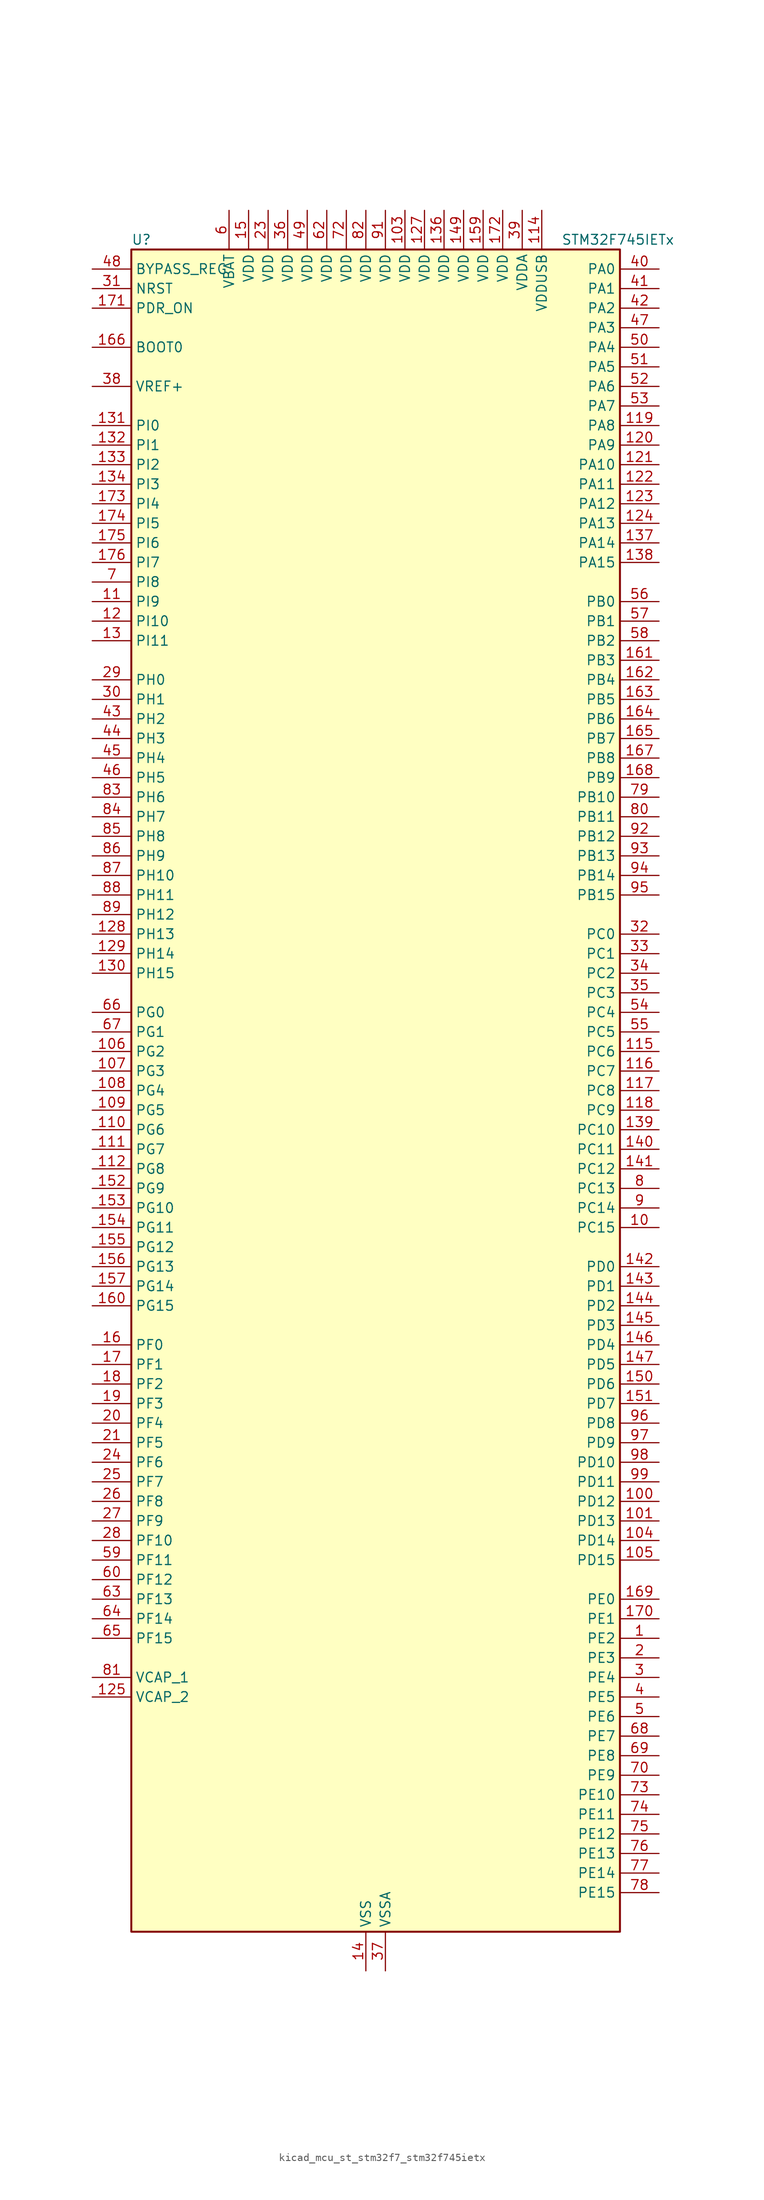
<source format=kicad_sym>
(kicad_symbol_lib
  (version 20220914)
  (generator kicad_symbol_editor)
  (symbol "kicad_mcu_st_stm32f7_stm32f745ietx"
    (property "Reference" "U"
      (at -30.48 110.49 0)
      (effects (font (size 1.27 1.27)) (justify left)))
    (property "Value" "STM32F745IETx"
      (at 25.4 110.49 0)
      (effects (font (size 1.27 1.27)) (justify left)))
    (property "ki_locked" ""
      (at 0 0 0)
      (effects (font (size 1.27 1.27))))
    (symbol "kicad_mcu_st_stm32f7_stm32f745ietx_0_1"
      (rectangle (start -30.48 -109.22) (end 33.02 109.22) (stroke (width 0.254) (type default)) (fill (type background))))
    (symbol "kicad_mcu_st_stm32f7_stm32f745ietx_1_1"
      (pin bidirectional line (at 38.1 -71.12 180) (length 5.08) (name "PE2" (effects (font (size 1.27 1.27)))) (number "1" (effects (font (size 1.27 1.27)))) (alternate "ETH_TXD3" bidirectional line) (alternate "FMC_A23" bidirectional line) (alternate "QUADSPI_BK1_IO2" bidirectional line) (alternate "SAI1_MCLK_A" bidirectional line) (alternate "SPI4_SCK" bidirectional line) (alternate "SYS_TRACECLK" bidirectional line))
      (pin bidirectional line (at 38.1 -17.78 180) (length 5.08) (name "PC15" (effects (font (size 1.27 1.27)))) (number "10" (effects (font (size 1.27 1.27)))) (alternate "RCC_OSC32_OUT" bidirectional line))
      (pin bidirectional line (at 38.1 -53.34 180) (length 5.08) (name "PD12" (effects (font (size 1.27 1.27)))) (number "100" (effects (font (size 1.27 1.27)))) (alternate "FMC_A17" bidirectional line) (alternate "FMC_ALE" bidirectional line) (alternate "I2C4_SCL" bidirectional line) (alternate "LPTIM1_IN1" bidirectional line) (alternate "QUADSPI_BK1_IO1" bidirectional line) (alternate "SAI2_FS_A" bidirectional line) (alternate "TIM4_CH1" bidirectional line) (alternate "USART3_DE" bidirectional line) (alternate "USART3_RTS" bidirectional line))
      (pin bidirectional line (at 38.1 -55.88 180) (length 5.08) (name "PD13" (effects (font (size 1.27 1.27)))) (number "101" (effects (font (size 1.27 1.27)))) (alternate "FMC_A18" bidirectional line) (alternate "I2C4_SDA" bidirectional line) (alternate "LPTIM1_OUT" bidirectional line) (alternate "QUADSPI_BK1_IO3" bidirectional line) (alternate "SAI2_SCK_A" bidirectional line) (alternate "TIM4_CH2" bidirectional line))
      (pin passive line (at 0 -114.3 90) (length 5.08) hide (name "VSS" (effects (font (size 1.27 1.27)))) (number "102" (effects (font (size 1.27 1.27)))))
      (pin power_in line (at 5.08 114.3 270) (length 5.08) (name "VDD" (effects (font (size 1.27 1.27)))) (number "103" (effects (font (size 1.27 1.27)))))
      (pin bidirectional line (at 38.1 -58.42 180) (length 5.08) (name "PD14" (effects (font (size 1.27 1.27)))) (number "104" (effects (font (size 1.27 1.27)))) (alternate "FMC_D0" bidirectional line) (alternate "FMC_DA0" bidirectional line) (alternate "TIM4_CH3" bidirectional line) (alternate "UART8_CTS" bidirectional line))
      (pin bidirectional line (at 38.1 -60.96 180) (length 5.08) (name "PD15" (effects (font (size 1.27 1.27)))) (number "105" (effects (font (size 1.27 1.27)))) (alternate "FMC_D1" bidirectional line) (alternate "FMC_DA1" bidirectional line) (alternate "TIM4_CH4" bidirectional line) (alternate "UART8_DE" bidirectional line) (alternate "UART8_RTS" bidirectional line))
      (pin bidirectional line (at -35.56 5.08 0) (length 5.08) (name "PG2" (effects (font (size 1.27 1.27)))) (number "106" (effects (font (size 1.27 1.27)))) (alternate "FMC_A12" bidirectional line))
      (pin bidirectional line (at -35.56 2.54 0) (length 5.08) (name "PG3" (effects (font (size 1.27 1.27)))) (number "107" (effects (font (size 1.27 1.27)))) (alternate "FMC_A13" bidirectional line))
      (pin bidirectional line (at -35.56 0 0) (length 5.08) (name "PG4" (effects (font (size 1.27 1.27)))) (number "108" (effects (font (size 1.27 1.27)))) (alternate "FMC_A14" bidirectional line) (alternate "FMC_BA0" bidirectional line))
      (pin bidirectional line (at -35.56 -2.54 0) (length 5.08) (name "PG5" (effects (font (size 1.27 1.27)))) (number "109" (effects (font (size 1.27 1.27)))) (alternate "FMC_A15" bidirectional line) (alternate "FMC_BA1" bidirectional line))
      (pin bidirectional line (at -35.56 63.5 0) (length 5.08) (name "PI9" (effects (font (size 1.27 1.27)))) (number "11" (effects (font (size 1.27 1.27)))) (alternate "CAN1_RX" bidirectional line) (alternate "DAC_EXTI9" bidirectional line) (alternate "FMC_D30" bidirectional line))
      (pin bidirectional line (at -35.56 -5.08 0) (length 5.08) (name "PG6" (effects (font (size 1.27 1.27)))) (number "110" (effects (font (size 1.27 1.27)))) (alternate "DCMI_D12" bidirectional line))
      (pin bidirectional line (at -35.56 -7.62 0) (length 5.08) (name "PG7" (effects (font (size 1.27 1.27)))) (number "111" (effects (font (size 1.27 1.27)))) (alternate "DCMI_D13" bidirectional line) (alternate "FMC_INT" bidirectional line) (alternate "USART6_CK" bidirectional line))
      (pin bidirectional line (at -35.56 -10.16 0) (length 5.08) (name "PG8" (effects (font (size 1.27 1.27)))) (number "112" (effects (font (size 1.27 1.27)))) (alternate "ETH_PPS_OUT" bidirectional line) (alternate "FMC_SDCLK" bidirectional line) (alternate "SPDIFRX_IN2" bidirectional line) (alternate "SPI6_NSS" bidirectional line) (alternate "USART6_DE" bidirectional line) (alternate "USART6_RTS" bidirectional line))
      (pin passive line (at 0 -114.3 90) (length 5.08) hide (name "VSS" (effects (font (size 1.27 1.27)))) (number "113" (effects (font (size 1.27 1.27)))))
      (pin power_in line (at 22.86 114.3 270) (length 5.08) (name "VDDUSB" (effects (font (size 1.27 1.27)))) (number "114" (effects (font (size 1.27 1.27)))))
      (pin bidirectional line (at 38.1 5.08 180) (length 5.08) (name "PC6" (effects (font (size 1.27 1.27)))) (number "115" (effects (font (size 1.27 1.27)))) (alternate "DCMI_D0" bidirectional line) (alternate "I2S2_MCK" bidirectional line) (alternate "SDMMC1_D6" bidirectional line) (alternate "TIM3_CH1" bidirectional line) (alternate "TIM8_CH1" bidirectional line) (alternate "USART6_TX" bidirectional line))
      (pin bidirectional line (at 38.1 2.54 180) (length 5.08) (name "PC7" (effects (font (size 1.27 1.27)))) (number "116" (effects (font (size 1.27 1.27)))) (alternate "DCMI_D1" bidirectional line) (alternate "I2S3_MCK" bidirectional line) (alternate "SDMMC1_D7" bidirectional line) (alternate "TIM3_CH2" bidirectional line) (alternate "TIM8_CH2" bidirectional line) (alternate "USART6_RX" bidirectional line))
      (pin bidirectional line (at 38.1 0 180) (length 5.08) (name "PC8" (effects (font (size 1.27 1.27)))) (number "117" (effects (font (size 1.27 1.27)))) (alternate "DCMI_D2" bidirectional line) (alternate "SDMMC1_D0" bidirectional line) (alternate "SYS_TRACED1" bidirectional line) (alternate "TIM3_CH3" bidirectional line) (alternate "TIM8_CH3" bidirectional line) (alternate "UART5_DE" bidirectional line) (alternate "UART5_RTS" bidirectional line) (alternate "USART6_CK" bidirectional line))
      (pin bidirectional line (at 38.1 -2.54 180) (length 5.08) (name "PC9" (effects (font (size 1.27 1.27)))) (number "118" (effects (font (size 1.27 1.27)))) (alternate "DAC_EXTI9" bidirectional line) (alternate "DCMI_D3" bidirectional line) (alternate "I2C3_SDA" bidirectional line) (alternate "I2S_CKIN" bidirectional line) (alternate "QUADSPI_BK1_IO0" bidirectional line) (alternate "RCC_MCO_2" bidirectional line) (alternate "SDMMC1_D1" bidirectional line) (alternate "TIM3_CH4" bidirectional line) (alternate "TIM8_CH4" bidirectional line) (alternate "UART5_CTS" bidirectional line))
      (pin bidirectional line (at 38.1 86.36 180) (length 5.08) (name "PA8" (effects (font (size 1.27 1.27)))) (number "119" (effects (font (size 1.27 1.27)))) (alternate "I2C3_SCL" bidirectional line) (alternate "RCC_MCO_1" bidirectional line) (alternate "TIM1_CH1" bidirectional line) (alternate "TIM8_BKIN2" bidirectional line) (alternate "USART1_CK" bidirectional line) (alternate "USB_OTG_FS_SOF" bidirectional line))
      (pin bidirectional line (at -35.56 60.96 0) (length 5.08) (name "PI10" (effects (font (size 1.27 1.27)))) (number "12" (effects (font (size 1.27 1.27)))) (alternate "ETH_RX_ER" bidirectional line) (alternate "FMC_D31" bidirectional line))
      (pin bidirectional line (at 38.1 83.82 180) (length 5.08) (name "PA9" (effects (font (size 1.27 1.27)))) (number "120" (effects (font (size 1.27 1.27)))) (alternate "DAC_EXTI9" bidirectional line) (alternate "DCMI_D0" bidirectional line) (alternate "I2C3_SMBA" bidirectional line) (alternate "I2S2_CK" bidirectional line) (alternate "SPI2_SCK" bidirectional line) (alternate "TIM1_CH2" bidirectional line) (alternate "USART1_TX" bidirectional line) (alternate "USB_OTG_FS_VBUS" bidirectional line))
      (pin bidirectional line (at 38.1 81.28 180) (length 5.08) (name "PA10" (effects (font (size 1.27 1.27)))) (number "121" (effects (font (size 1.27 1.27)))) (alternate "DCMI_D1" bidirectional line) (alternate "TIM1_CH3" bidirectional line) (alternate "USART1_RX" bidirectional line) (alternate "USB_OTG_FS_ID" bidirectional line))
      (pin bidirectional line (at 38.1 78.74 180) (length 5.08) (name "PA11" (effects (font (size 1.27 1.27)))) (number "122" (effects (font (size 1.27 1.27)))) (alternate "ADC1_EXTI11" bidirectional line) (alternate "ADC2_EXTI11" bidirectional line) (alternate "ADC3_EXTI11" bidirectional line) (alternate "CAN1_RX" bidirectional line) (alternate "TIM1_CH4" bidirectional line) (alternate "USART1_CTS" bidirectional line) (alternate "USB_OTG_FS_DM" bidirectional line))
      (pin bidirectional line (at 38.1 76.2 180) (length 5.08) (name "PA12" (effects (font (size 1.27 1.27)))) (number "123" (effects (font (size 1.27 1.27)))) (alternate "CAN1_TX" bidirectional line) (alternate "SAI2_FS_B" bidirectional line) (alternate "TIM1_ETR" bidirectional line) (alternate "USART1_DE" bidirectional line) (alternate "USART1_RTS" bidirectional line) (alternate "USB_OTG_FS_DP" bidirectional line))
      (pin bidirectional line (at 38.1 73.66 180) (length 5.08) (name "PA13" (effects (font (size 1.27 1.27)))) (number "124" (effects (font (size 1.27 1.27)))) (alternate "SYS_JTMS-SWDIO" bidirectional line))
      (pin power_out line (at -35.56 -78.74 0) (length 5.08) (name "VCAP_2" (effects (font (size 1.27 1.27)))) (number "125" (effects (font (size 1.27 1.27)))))
      (pin passive line (at 0 -114.3 90) (length 5.08) hide (name "VSS" (effects (font (size 1.27 1.27)))) (number "126" (effects (font (size 1.27 1.27)))))
      (pin power_in line (at 7.62 114.3 270) (length 5.08) (name "VDD" (effects (font (size 1.27 1.27)))) (number "127" (effects (font (size 1.27 1.27)))))
      (pin bidirectional line (at -35.56 20.32 0) (length 5.08) (name "PH13" (effects (font (size 1.27 1.27)))) (number "128" (effects (font (size 1.27 1.27)))) (alternate "CAN1_TX" bidirectional line) (alternate "FMC_D21" bidirectional line) (alternate "TIM8_CH1N" bidirectional line))
      (pin bidirectional line (at -35.56 17.78 0) (length 5.08) (name "PH14" (effects (font (size 1.27 1.27)))) (number "129" (effects (font (size 1.27 1.27)))) (alternate "DCMI_D4" bidirectional line) (alternate "FMC_D22" bidirectional line) (alternate "TIM8_CH2N" bidirectional line))
      (pin bidirectional line (at -35.56 58.42 0) (length 5.08) (name "PI11" (effects (font (size 1.27 1.27)))) (number "13" (effects (font (size 1.27 1.27)))) (alternate "ADC1_EXTI11" bidirectional line) (alternate "ADC2_EXTI11" bidirectional line) (alternate "ADC3_EXTI11" bidirectional line) (alternate "SYS_WKUP6" bidirectional line) (alternate "USB_OTG_HS_ULPI_DIR" bidirectional line))
      (pin bidirectional line (at -35.56 15.24 0) (length 5.08) (name "PH15" (effects (font (size 1.27 1.27)))) (number "130" (effects (font (size 1.27 1.27)))) (alternate "DCMI_D11" bidirectional line) (alternate "FMC_D23" bidirectional line) (alternate "TIM8_CH3N" bidirectional line))
      (pin bidirectional line (at -35.56 86.36 0) (length 5.08) (name "PI0" (effects (font (size 1.27 1.27)))) (number "131" (effects (font (size 1.27 1.27)))) (alternate "DCMI_D13" bidirectional line) (alternate "FMC_D24" bidirectional line) (alternate "I2S2_WS" bidirectional line) (alternate "SPI2_NSS" bidirectional line) (alternate "TIM5_CH4" bidirectional line))
      (pin bidirectional line (at -35.56 83.82 0) (length 5.08) (name "PI1" (effects (font (size 1.27 1.27)))) (number "132" (effects (font (size 1.27 1.27)))) (alternate "DCMI_D8" bidirectional line) (alternate "FMC_D25" bidirectional line) (alternate "I2S2_CK" bidirectional line) (alternate "SPI2_SCK" bidirectional line) (alternate "TIM8_BKIN2" bidirectional line))
      (pin bidirectional line (at -35.56 81.28 0) (length 5.08) (name "PI2" (effects (font (size 1.27 1.27)))) (number "133" (effects (font (size 1.27 1.27)))) (alternate "DCMI_D9" bidirectional line) (alternate "FMC_D26" bidirectional line) (alternate "SPI2_MISO" bidirectional line) (alternate "TIM8_CH4" bidirectional line))
      (pin bidirectional line (at -35.56 78.74 0) (length 5.08) (name "PI3" (effects (font (size 1.27 1.27)))) (number "134" (effects (font (size 1.27 1.27)))) (alternate "DCMI_D10" bidirectional line) (alternate "FMC_D27" bidirectional line) (alternate "I2S2_SD" bidirectional line) (alternate "SPI2_MOSI" bidirectional line) (alternate "TIM8_ETR" bidirectional line))
      (pin passive line (at 0 -114.3 90) (length 5.08) hide (name "VSS" (effects (font (size 1.27 1.27)))) (number "135" (effects (font (size 1.27 1.27)))))
      (pin power_in line (at 10.16 114.3 270) (length 5.08) (name "VDD" (effects (font (size 1.27 1.27)))) (number "136" (effects (font (size 1.27 1.27)))))
      (pin bidirectional line (at 38.1 71.12 180) (length 5.08) (name "PA14" (effects (font (size 1.27 1.27)))) (number "137" (effects (font (size 1.27 1.27)))) (alternate "SYS_JTCK-SWCLK" bidirectional line))
      (pin bidirectional line (at 38.1 68.58 180) (length 5.08) (name "PA15" (effects (font (size 1.27 1.27)))) (number "138" (effects (font (size 1.27 1.27)))) (alternate "CEC" bidirectional line) (alternate "I2S1_WS" bidirectional line) (alternate "I2S3_WS" bidirectional line) (alternate "SPI1_NSS" bidirectional line) (alternate "SPI3_NSS" bidirectional line) (alternate "SYS_JTDI" bidirectional line) (alternate "TIM2_CH1" bidirectional line) (alternate "TIM2_ETR" bidirectional line) (alternate "UART4_DE" bidirectional line) (alternate "UART4_RTS" bidirectional line))
      (pin bidirectional line (at 38.1 -5.08 180) (length 5.08) (name "PC10" (effects (font (size 1.27 1.27)))) (number "139" (effects (font (size 1.27 1.27)))) (alternate "DCMI_D8" bidirectional line) (alternate "I2S3_CK" bidirectional line) (alternate "QUADSPI_BK1_IO1" bidirectional line) (alternate "SDMMC1_D2" bidirectional line) (alternate "SPI3_SCK" bidirectional line) (alternate "UART4_TX" bidirectional line) (alternate "USART3_TX" bidirectional line))
      (pin power_in line (at 0 -114.3 90) (length 5.08) (name "VSS" (effects (font (size 1.27 1.27)))) (number "14" (effects (font (size 1.27 1.27)))))
      (pin bidirectional line (at 38.1 -7.62 180) (length 5.08) (name "PC11" (effects (font (size 1.27 1.27)))) (number "140" (effects (font (size 1.27 1.27)))) (alternate "ADC1_EXTI11" bidirectional line) (alternate "ADC2_EXTI11" bidirectional line) (alternate "ADC3_EXTI11" bidirectional line) (alternate "DCMI_D4" bidirectional line) (alternate "QUADSPI_BK2_NCS" bidirectional line) (alternate "SDMMC1_D3" bidirectional line) (alternate "SPI3_MISO" bidirectional line) (alternate "UART4_RX" bidirectional line) (alternate "USART3_RX" bidirectional line))
      (pin bidirectional line (at 38.1 -10.16 180) (length 5.08) (name "PC12" (effects (font (size 1.27 1.27)))) (number "141" (effects (font (size 1.27 1.27)))) (alternate "DCMI_D9" bidirectional line) (alternate "I2S3_SD" bidirectional line) (alternate "SDMMC1_CK" bidirectional line) (alternate "SPI3_MOSI" bidirectional line) (alternate "SYS_TRACED3" bidirectional line) (alternate "UART5_TX" bidirectional line) (alternate "USART3_CK" bidirectional line))
      (pin bidirectional line (at 38.1 -22.86 180) (length 5.08) (name "PD0" (effects (font (size 1.27 1.27)))) (number "142" (effects (font (size 1.27 1.27)))) (alternate "CAN1_RX" bidirectional line) (alternate "FMC_D2" bidirectional line) (alternate "FMC_DA2" bidirectional line))
      (pin bidirectional line (at 38.1 -25.4 180) (length 5.08) (name "PD1" (effects (font (size 1.27 1.27)))) (number "143" (effects (font (size 1.27 1.27)))) (alternate "CAN1_TX" bidirectional line) (alternate "FMC_D3" bidirectional line) (alternate "FMC_DA3" bidirectional line))
      (pin bidirectional line (at 38.1 -27.94 180) (length 5.08) (name "PD2" (effects (font (size 1.27 1.27)))) (number "144" (effects (font (size 1.27 1.27)))) (alternate "DCMI_D11" bidirectional line) (alternate "SDMMC1_CMD" bidirectional line) (alternate "SYS_TRACED2" bidirectional line) (alternate "TIM3_ETR" bidirectional line) (alternate "UART5_RX" bidirectional line))
      (pin bidirectional line (at 38.1 -30.48 180) (length 5.08) (name "PD3" (effects (font (size 1.27 1.27)))) (number "145" (effects (font (size 1.27 1.27)))) (alternate "DCMI_D5" bidirectional line) (alternate "FMC_CLK" bidirectional line) (alternate "I2S2_CK" bidirectional line) (alternate "SPI2_SCK" bidirectional line) (alternate "USART2_CTS" bidirectional line))
      (pin bidirectional line (at 38.1 -33.02 180) (length 5.08) (name "PD4" (effects (font (size 1.27 1.27)))) (number "146" (effects (font (size 1.27 1.27)))) (alternate "FMC_NOE" bidirectional line) (alternate "USART2_DE" bidirectional line) (alternate "USART2_RTS" bidirectional line))
      (pin bidirectional line (at 38.1 -35.56 180) (length 5.08) (name "PD5" (effects (font (size 1.27 1.27)))) (number "147" (effects (font (size 1.27 1.27)))) (alternate "FMC_NWE" bidirectional line) (alternate "USART2_TX" bidirectional line))
      (pin passive line (at 0 -114.3 90) (length 5.08) hide (name "VSS" (effects (font (size 1.27 1.27)))) (number "148" (effects (font (size 1.27 1.27)))))
      (pin power_in line (at 12.7 114.3 270) (length 5.08) (name "VDD" (effects (font (size 1.27 1.27)))) (number "149" (effects (font (size 1.27 1.27)))))
      (pin power_in line (at -15.24 114.3 270) (length 5.08) (name "VDD" (effects (font (size 1.27 1.27)))) (number "15" (effects (font (size 1.27 1.27)))))
      (pin bidirectional line (at 38.1 -38.1 180) (length 5.08) (name "PD6" (effects (font (size 1.27 1.27)))) (number "150" (effects (font (size 1.27 1.27)))) (alternate "DCMI_D10" bidirectional line) (alternate "FMC_NWAIT" bidirectional line) (alternate "I2S3_SD" bidirectional line) (alternate "SAI1_SD_A" bidirectional line) (alternate "SPI3_MOSI" bidirectional line) (alternate "USART2_RX" bidirectional line))
      (pin bidirectional line (at 38.1 -40.64 180) (length 5.08) (name "PD7" (effects (font (size 1.27 1.27)))) (number "151" (effects (font (size 1.27 1.27)))) (alternate "FMC_NE1" bidirectional line) (alternate "SPDIFRX_IN0" bidirectional line) (alternate "USART2_CK" bidirectional line))
      (pin bidirectional line (at -35.56 -12.7 0) (length 5.08) (name "PG9" (effects (font (size 1.27 1.27)))) (number "152" (effects (font (size 1.27 1.27)))) (alternate "DAC_EXTI9" bidirectional line) (alternate "DCMI_VSYNC" bidirectional line) (alternate "FMC_NCE" bidirectional line) (alternate "FMC_NE2" bidirectional line) (alternate "QUADSPI_BK2_IO2" bidirectional line) (alternate "SAI2_FS_B" bidirectional line) (alternate "SPDIFRX_IN3" bidirectional line) (alternate "USART6_RX" bidirectional line))
      (pin bidirectional line (at -35.56 -15.24 0) (length 5.08) (name "PG10" (effects (font (size 1.27 1.27)))) (number "153" (effects (font (size 1.27 1.27)))) (alternate "DCMI_D2" bidirectional line) (alternate "FMC_NE3" bidirectional line) (alternate "SAI2_SD_B" bidirectional line))
      (pin bidirectional line (at -35.56 -17.78 0) (length 5.08) (name "PG11" (effects (font (size 1.27 1.27)))) (number "154" (effects (font (size 1.27 1.27)))) (alternate "ADC1_EXTI11" bidirectional line) (alternate "ADC2_EXTI11" bidirectional line) (alternate "ADC3_EXTI11" bidirectional line) (alternate "DCMI_D3" bidirectional line) (alternate "ETH_TX_EN" bidirectional line) (alternate "SPDIFRX_IN0" bidirectional line))
      (pin bidirectional line (at -35.56 -20.32 0) (length 5.08) (name "PG12" (effects (font (size 1.27 1.27)))) (number "155" (effects (font (size 1.27 1.27)))) (alternate "FMC_NE4" bidirectional line) (alternate "LPTIM1_IN1" bidirectional line) (alternate "SPDIFRX_IN1" bidirectional line) (alternate "SPI6_MISO" bidirectional line) (alternate "USART6_DE" bidirectional line) (alternate "USART6_RTS" bidirectional line))
      (pin bidirectional line (at -35.56 -22.86 0) (length 5.08) (name "PG13" (effects (font (size 1.27 1.27)))) (number "156" (effects (font (size 1.27 1.27)))) (alternate "ETH_TXD0" bidirectional line) (alternate "FMC_A24" bidirectional line) (alternate "LPTIM1_OUT" bidirectional line) (alternate "SPI6_SCK" bidirectional line) (alternate "SYS_TRACED0" bidirectional line) (alternate "USART6_CTS" bidirectional line))
      (pin bidirectional line (at -35.56 -25.4 0) (length 5.08) (name "PG14" (effects (font (size 1.27 1.27)))) (number "157" (effects (font (size 1.27 1.27)))) (alternate "ETH_TXD1" bidirectional line) (alternate "FMC_A25" bidirectional line) (alternate "LPTIM1_ETR" bidirectional line) (alternate "QUADSPI_BK2_IO3" bidirectional line) (alternate "SPI6_MOSI" bidirectional line) (alternate "SYS_TRACED1" bidirectional line) (alternate "USART6_TX" bidirectional line))
      (pin passive line (at 0 -114.3 90) (length 5.08) hide (name "VSS" (effects (font (size 1.27 1.27)))) (number "158" (effects (font (size 1.27 1.27)))))
      (pin power_in line (at 15.24 114.3 270) (length 5.08) (name "VDD" (effects (font (size 1.27 1.27)))) (number "159" (effects (font (size 1.27 1.27)))))
      (pin bidirectional line (at -35.56 -33.02 0) (length 5.08) (name "PF0" (effects (font (size 1.27 1.27)))) (number "16" (effects (font (size 1.27 1.27)))) (alternate "FMC_A0" bidirectional line) (alternate "I2C2_SDA" bidirectional line))
      (pin bidirectional line (at -35.56 -27.94 0) (length 5.08) (name "PG15" (effects (font (size 1.27 1.27)))) (number "160" (effects (font (size 1.27 1.27)))) (alternate "DCMI_D13" bidirectional line) (alternate "FMC_SDNCAS" bidirectional line) (alternate "USART6_CTS" bidirectional line))
      (pin bidirectional line (at 38.1 55.88 180) (length 5.08) (name "PB3" (effects (font (size 1.27 1.27)))) (number "161" (effects (font (size 1.27 1.27)))) (alternate "I2S1_CK" bidirectional line) (alternate "I2S3_CK" bidirectional line) (alternate "SPI1_SCK" bidirectional line) (alternate "SPI3_SCK" bidirectional line) (alternate "SYS_JTDO-SWO" bidirectional line) (alternate "TIM2_CH2" bidirectional line))
      (pin bidirectional line (at 38.1 53.34 180) (length 5.08) (name "PB4" (effects (font (size 1.27 1.27)))) (number "162" (effects (font (size 1.27 1.27)))) (alternate "I2S2_WS" bidirectional line) (alternate "SPI1_MISO" bidirectional line) (alternate "SPI2_NSS" bidirectional line) (alternate "SPI3_MISO" bidirectional line) (alternate "SYS_JTRST" bidirectional line) (alternate "TIM3_CH1" bidirectional line))
      (pin bidirectional line (at 38.1 50.8 180) (length 5.08) (name "PB5" (effects (font (size 1.27 1.27)))) (number "163" (effects (font (size 1.27 1.27)))) (alternate "CAN2_RX" bidirectional line) (alternate "DCMI_D10" bidirectional line) (alternate "ETH_PPS_OUT" bidirectional line) (alternate "FMC_SDCKE1" bidirectional line) (alternate "I2C1_SMBA" bidirectional line) (alternate "I2S1_SD" bidirectional line) (alternate "I2S3_SD" bidirectional line) (alternate "SPI1_MOSI" bidirectional line) (alternate "SPI3_MOSI" bidirectional line) (alternate "TIM3_CH2" bidirectional line) (alternate "USB_OTG_HS_ULPI_D7" bidirectional line))
      (pin bidirectional line (at 38.1 48.26 180) (length 5.08) (name "PB6" (effects (font (size 1.27 1.27)))) (number "164" (effects (font (size 1.27 1.27)))) (alternate "CAN2_TX" bidirectional line) (alternate "CEC" bidirectional line) (alternate "DCMI_D5" bidirectional line) (alternate "FMC_SDNE1" bidirectional line) (alternate "I2C1_SCL" bidirectional line) (alternate "QUADSPI_BK1_NCS" bidirectional line) (alternate "TIM4_CH1" bidirectional line) (alternate "USART1_TX" bidirectional line))
      (pin bidirectional line (at 38.1 45.72 180) (length 5.08) (name "PB7" (effects (font (size 1.27 1.27)))) (number "165" (effects (font (size 1.27 1.27)))) (alternate "DCMI_VSYNC" bidirectional line) (alternate "FMC_NL" bidirectional line) (alternate "I2C1_SDA" bidirectional line) (alternate "TIM4_CH2" bidirectional line) (alternate "USART1_RX" bidirectional line))
      (pin input line (at -35.56 96.52 0) (length 5.08) (name "BOOT0" (effects (font (size 1.27 1.27)))) (number "166" (effects (font (size 1.27 1.27)))))
      (pin bidirectional line (at 38.1 43.18 180) (length 5.08) (name "PB8" (effects (font (size 1.27 1.27)))) (number "167" (effects (font (size 1.27 1.27)))) (alternate "CAN1_RX" bidirectional line) (alternate "DCMI_D6" bidirectional line) (alternate "ETH_TXD3" bidirectional line) (alternate "I2C1_SCL" bidirectional line) (alternate "SDMMC1_D4" bidirectional line) (alternate "TIM10_CH1" bidirectional line) (alternate "TIM4_CH3" bidirectional line))
      (pin bidirectional line (at 38.1 40.64 180) (length 5.08) (name "PB9" (effects (font (size 1.27 1.27)))) (number "168" (effects (font (size 1.27 1.27)))) (alternate "CAN1_TX" bidirectional line) (alternate "DAC_EXTI9" bidirectional line) (alternate "DCMI_D7" bidirectional line) (alternate "I2C1_SDA" bidirectional line) (alternate "I2S2_WS" bidirectional line) (alternate "SDMMC1_D5" bidirectional line) (alternate "SPI2_NSS" bidirectional line) (alternate "TIM11_CH1" bidirectional line) (alternate "TIM4_CH4" bidirectional line))
      (pin bidirectional line (at 38.1 -66.04 180) (length 5.08) (name "PE0" (effects (font (size 1.27 1.27)))) (number "169" (effects (font (size 1.27 1.27)))) (alternate "DCMI_D2" bidirectional line) (alternate "FMC_NBL0" bidirectional line) (alternate "LPTIM1_ETR" bidirectional line) (alternate "SAI2_MCLK_A" bidirectional line) (alternate "TIM4_ETR" bidirectional line) (alternate "UART8_RX" bidirectional line))
      (pin bidirectional line (at -35.56 -35.56 0) (length 5.08) (name "PF1" (effects (font (size 1.27 1.27)))) (number "17" (effects (font (size 1.27 1.27)))) (alternate "FMC_A1" bidirectional line) (alternate "I2C2_SCL" bidirectional line))
      (pin bidirectional line (at 38.1 -68.58 180) (length 5.08) (name "PE1" (effects (font (size 1.27 1.27)))) (number "170" (effects (font (size 1.27 1.27)))) (alternate "DCMI_D3" bidirectional line) (alternate "FMC_NBL1" bidirectional line) (alternate "LPTIM1_IN2" bidirectional line) (alternate "UART8_TX" bidirectional line))
      (pin input line (at -35.56 101.6 0) (length 5.08) (name "PDR_ON" (effects (font (size 1.27 1.27)))) (number "171" (effects (font (size 1.27 1.27)))))
      (pin power_in line (at 17.78 114.3 270) (length 5.08) (name "VDD" (effects (font (size 1.27 1.27)))) (number "172" (effects (font (size 1.27 1.27)))))
      (pin bidirectional line (at -35.56 76.2 0) (length 5.08) (name "PI4" (effects (font (size 1.27 1.27)))) (number "173" (effects (font (size 1.27 1.27)))) (alternate "DCMI_D5" bidirectional line) (alternate "FMC_NBL2" bidirectional line) (alternate "SAI2_MCLK_A" bidirectional line) (alternate "TIM8_BKIN" bidirectional line))
      (pin bidirectional line (at -35.56 73.66 0) (length 5.08) (name "PI5" (effects (font (size 1.27 1.27)))) (number "174" (effects (font (size 1.27 1.27)))) (alternate "DCMI_VSYNC" bidirectional line) (alternate "FMC_NBL3" bidirectional line) (alternate "SAI2_SCK_A" bidirectional line) (alternate "TIM8_CH1" bidirectional line))
      (pin bidirectional line (at -35.56 71.12 0) (length 5.08) (name "PI6" (effects (font (size 1.27 1.27)))) (number "175" (effects (font (size 1.27 1.27)))) (alternate "DCMI_D6" bidirectional line) (alternate "FMC_D28" bidirectional line) (alternate "SAI2_SD_A" bidirectional line) (alternate "TIM8_CH2" bidirectional line))
      (pin bidirectional line (at -35.56 68.58 0) (length 5.08) (name "PI7" (effects (font (size 1.27 1.27)))) (number "176" (effects (font (size 1.27 1.27)))) (alternate "DCMI_D7" bidirectional line) (alternate "FMC_D29" bidirectional line) (alternate "SAI2_FS_A" bidirectional line) (alternate "TIM8_CH3" bidirectional line))
      (pin bidirectional line (at -35.56 -38.1 0) (length 5.08) (name "PF2" (effects (font (size 1.27 1.27)))) (number "18" (effects (font (size 1.27 1.27)))) (alternate "FMC_A2" bidirectional line) (alternate "I2C2_SMBA" bidirectional line))
      (pin bidirectional line (at -35.56 -40.64 0) (length 5.08) (name "PF3" (effects (font (size 1.27 1.27)))) (number "19" (effects (font (size 1.27 1.27)))) (alternate "ADC3_IN9" bidirectional line) (alternate "FMC_A3" bidirectional line))
      (pin bidirectional line (at 38.1 -73.66 180) (length 5.08) (name "PE3" (effects (font (size 1.27 1.27)))) (number "2" (effects (font (size 1.27 1.27)))) (alternate "FMC_A19" bidirectional line) (alternate "SAI1_SD_B" bidirectional line) (alternate "SYS_TRACED0" bidirectional line))
      (pin bidirectional line (at -35.56 -43.18 0) (length 5.08) (name "PF4" (effects (font (size 1.27 1.27)))) (number "20" (effects (font (size 1.27 1.27)))) (alternate "ADC3_IN14" bidirectional line) (alternate "FMC_A4" bidirectional line))
      (pin bidirectional line (at -35.56 -45.72 0) (length 5.08) (name "PF5" (effects (font (size 1.27 1.27)))) (number "21" (effects (font (size 1.27 1.27)))) (alternate "ADC3_IN15" bidirectional line) (alternate "FMC_A5" bidirectional line))
      (pin passive line (at 0 -114.3 90) (length 5.08) hide (name "VSS" (effects (font (size 1.27 1.27)))) (number "22" (effects (font (size 1.27 1.27)))))
      (pin power_in line (at -12.7 114.3 270) (length 5.08) (name "VDD" (effects (font (size 1.27 1.27)))) (number "23" (effects (font (size 1.27 1.27)))))
      (pin bidirectional line (at -35.56 -48.26 0) (length 5.08) (name "PF6" (effects (font (size 1.27 1.27)))) (number "24" (effects (font (size 1.27 1.27)))) (alternate "ADC3_IN4" bidirectional line) (alternate "QUADSPI_BK1_IO3" bidirectional line) (alternate "SAI1_SD_B" bidirectional line) (alternate "SPI5_NSS" bidirectional line) (alternate "TIM10_CH1" bidirectional line) (alternate "UART7_RX" bidirectional line))
      (pin bidirectional line (at -35.56 -50.8 0) (length 5.08) (name "PF7" (effects (font (size 1.27 1.27)))) (number "25" (effects (font (size 1.27 1.27)))) (alternate "ADC3_IN5" bidirectional line) (alternate "QUADSPI_BK1_IO2" bidirectional line) (alternate "SAI1_MCLK_B" bidirectional line) (alternate "SPI5_SCK" bidirectional line) (alternate "TIM11_CH1" bidirectional line) (alternate "UART7_TX" bidirectional line))
      (pin bidirectional line (at -35.56 -53.34 0) (length 5.08) (name "PF8" (effects (font (size 1.27 1.27)))) (number "26" (effects (font (size 1.27 1.27)))) (alternate "ADC3_IN6" bidirectional line) (alternate "QUADSPI_BK1_IO0" bidirectional line) (alternate "SAI1_SCK_B" bidirectional line) (alternate "SPI5_MISO" bidirectional line) (alternate "TIM13_CH1" bidirectional line) (alternate "UART7_DE" bidirectional line) (alternate "UART7_RTS" bidirectional line))
      (pin bidirectional line (at -35.56 -55.88 0) (length 5.08) (name "PF9" (effects (font (size 1.27 1.27)))) (number "27" (effects (font (size 1.27 1.27)))) (alternate "ADC3_IN7" bidirectional line) (alternate "DAC_EXTI9" bidirectional line) (alternate "QUADSPI_BK1_IO1" bidirectional line) (alternate "SAI1_FS_B" bidirectional line) (alternate "SPI5_MOSI" bidirectional line) (alternate "TIM14_CH1" bidirectional line) (alternate "UART7_CTS" bidirectional line))
      (pin bidirectional line (at -35.56 -58.42 0) (length 5.08) (name "PF10" (effects (font (size 1.27 1.27)))) (number "28" (effects (font (size 1.27 1.27)))) (alternate "ADC3_IN8" bidirectional line) (alternate "DCMI_D11" bidirectional line))
      (pin bidirectional line (at -35.56 53.34 0) (length 5.08) (name "PH0" (effects (font (size 1.27 1.27)))) (number "29" (effects (font (size 1.27 1.27)))) (alternate "RCC_OSC_IN" bidirectional line))
      (pin bidirectional line (at 38.1 -76.2 180) (length 5.08) (name "PE4" (effects (font (size 1.27 1.27)))) (number "3" (effects (font (size 1.27 1.27)))) (alternate "DCMI_D4" bidirectional line) (alternate "FMC_A20" bidirectional line) (alternate "SAI1_FS_A" bidirectional line) (alternate "SPI4_NSS" bidirectional line) (alternate "SYS_TRACED1" bidirectional line))
      (pin bidirectional line (at -35.56 50.8 0) (length 5.08) (name "PH1" (effects (font (size 1.27 1.27)))) (number "30" (effects (font (size 1.27 1.27)))) (alternate "RCC_OSC_OUT" bidirectional line))
      (pin input line (at -35.56 104.14 0) (length 5.08) (name "NRST" (effects (font (size 1.27 1.27)))) (number "31" (effects (font (size 1.27 1.27)))))
      (pin bidirectional line (at 38.1 20.32 180) (length 5.08) (name "PC0" (effects (font (size 1.27 1.27)))) (number "32" (effects (font (size 1.27 1.27)))) (alternate "ADC1_IN10" bidirectional line) (alternate "ADC2_IN10" bidirectional line) (alternate "ADC3_IN10" bidirectional line) (alternate "FMC_SDNWE" bidirectional line) (alternate "SAI2_FS_B" bidirectional line) (alternate "USB_OTG_HS_ULPI_STP" bidirectional line))
      (pin bidirectional line (at 38.1 17.78 180) (length 5.08) (name "PC1" (effects (font (size 1.27 1.27)))) (number "33" (effects (font (size 1.27 1.27)))) (alternate "ADC1_IN11" bidirectional line) (alternate "ADC2_IN11" bidirectional line) (alternate "ADC3_IN11" bidirectional line) (alternate "ETH_MDC" bidirectional line) (alternate "I2S2_SD" bidirectional line) (alternate "RTC_TAMP3" bidirectional line) (alternate "RTC_TS" bidirectional line) (alternate "SAI1_SD_A" bidirectional line) (alternate "SPI2_MOSI" bidirectional line) (alternate "SYS_TRACED0" bidirectional line) (alternate "SYS_WKUP3" bidirectional line))
      (pin bidirectional line (at 38.1 15.24 180) (length 5.08) (name "PC2" (effects (font (size 1.27 1.27)))) (number "34" (effects (font (size 1.27 1.27)))) (alternate "ADC1_IN12" bidirectional line) (alternate "ADC2_IN12" bidirectional line) (alternate "ADC3_IN12" bidirectional line) (alternate "ETH_TXD2" bidirectional line) (alternate "FMC_SDNE0" bidirectional line) (alternate "SPI2_MISO" bidirectional line) (alternate "USB_OTG_HS_ULPI_DIR" bidirectional line))
      (pin bidirectional line (at 38.1 12.7 180) (length 5.08) (name "PC3" (effects (font (size 1.27 1.27)))) (number "35" (effects (font (size 1.27 1.27)))) (alternate "ADC1_IN13" bidirectional line) (alternate "ADC2_IN13" bidirectional line) (alternate "ADC3_IN13" bidirectional line) (alternate "ETH_TX_CLK" bidirectional line) (alternate "FMC_SDCKE0" bidirectional line) (alternate "I2S2_SD" bidirectional line) (alternate "SPI2_MOSI" bidirectional line) (alternate "USB_OTG_HS_ULPI_NXT" bidirectional line))
      (pin power_in line (at -10.16 114.3 270) (length 5.08) (name "VDD" (effects (font (size 1.27 1.27)))) (number "36" (effects (font (size 1.27 1.27)))))
      (pin power_in line (at 2.54 -114.3 90) (length 5.08) (name "VSSA" (effects (font (size 1.27 1.27)))) (number "37" (effects (font (size 1.27 1.27)))))
      (pin input line (at -35.56 91.44 0) (length 5.08) (name "VREF+" (effects (font (size 1.27 1.27)))) (number "38" (effects (font (size 1.27 1.27)))))
      (pin power_in line (at 20.32 114.3 270) (length 5.08) (name "VDDA" (effects (font (size 1.27 1.27)))) (number "39" (effects (font (size 1.27 1.27)))))
      (pin bidirectional line (at 38.1 -78.74 180) (length 5.08) (name "PE5" (effects (font (size 1.27 1.27)))) (number "4" (effects (font (size 1.27 1.27)))) (alternate "DCMI_D6" bidirectional line) (alternate "FMC_A21" bidirectional line) (alternate "SAI1_SCK_A" bidirectional line) (alternate "SPI4_MISO" bidirectional line) (alternate "SYS_TRACED2" bidirectional line) (alternate "TIM9_CH1" bidirectional line))
      (pin bidirectional line (at 38.1 106.68 180) (length 5.08) (name "PA0" (effects (font (size 1.27 1.27)))) (number "40" (effects (font (size 1.27 1.27)))) (alternate "ADC1_IN0" bidirectional line) (alternate "ADC2_IN0" bidirectional line) (alternate "ADC3_IN0" bidirectional line) (alternate "ETH_CRS" bidirectional line) (alternate "SAI2_SD_B" bidirectional line) (alternate "SYS_WKUP1" bidirectional line) (alternate "TIM2_CH1" bidirectional line) (alternate "TIM2_ETR" bidirectional line) (alternate "TIM5_CH1" bidirectional line) (alternate "TIM8_ETR" bidirectional line) (alternate "UART4_TX" bidirectional line) (alternate "USART2_CTS" bidirectional line))
      (pin bidirectional line (at 38.1 104.14 180) (length 5.08) (name "PA1" (effects (font (size 1.27 1.27)))) (number "41" (effects (font (size 1.27 1.27)))) (alternate "ADC1_IN1" bidirectional line) (alternate "ADC2_IN1" bidirectional line) (alternate "ADC3_IN1" bidirectional line) (alternate "ETH_REF_CLK" bidirectional line) (alternate "ETH_RX_CLK" bidirectional line) (alternate "QUADSPI_BK1_IO3" bidirectional line) (alternate "SAI2_MCLK_B" bidirectional line) (alternate "TIM2_CH2" bidirectional line) (alternate "TIM5_CH2" bidirectional line) (alternate "UART4_RX" bidirectional line) (alternate "USART2_DE" bidirectional line) (alternate "USART2_RTS" bidirectional line))
      (pin bidirectional line (at 38.1 101.6 180) (length 5.08) (name "PA2" (effects (font (size 1.27 1.27)))) (number "42" (effects (font (size 1.27 1.27)))) (alternate "ADC1_IN2" bidirectional line) (alternate "ADC2_IN2" bidirectional line) (alternate "ADC3_IN2" bidirectional line) (alternate "ETH_MDIO" bidirectional line) (alternate "SAI2_SCK_B" bidirectional line) (alternate "SYS_WKUP2" bidirectional line) (alternate "TIM2_CH3" bidirectional line) (alternate "TIM5_CH3" bidirectional line) (alternate "TIM9_CH1" bidirectional line) (alternate "USART2_TX" bidirectional line))
      (pin bidirectional line (at -35.56 48.26 0) (length 5.08) (name "PH2" (effects (font (size 1.27 1.27)))) (number "43" (effects (font (size 1.27 1.27)))) (alternate "ETH_CRS" bidirectional line) (alternate "FMC_SDCKE0" bidirectional line) (alternate "LPTIM1_IN2" bidirectional line) (alternate "QUADSPI_BK2_IO0" bidirectional line) (alternate "SAI2_SCK_B" bidirectional line))
      (pin bidirectional line (at -35.56 45.72 0) (length 5.08) (name "PH3" (effects (font (size 1.27 1.27)))) (number "44" (effects (font (size 1.27 1.27)))) (alternate "ETH_COL" bidirectional line) (alternate "FMC_SDNE0" bidirectional line) (alternate "QUADSPI_BK2_IO1" bidirectional line) (alternate "SAI2_MCLK_B" bidirectional line))
      (pin bidirectional line (at -35.56 43.18 0) (length 5.08) (name "PH4" (effects (font (size 1.27 1.27)))) (number "45" (effects (font (size 1.27 1.27)))) (alternate "I2C2_SCL" bidirectional line) (alternate "USB_OTG_HS_ULPI_NXT" bidirectional line))
      (pin bidirectional line (at -35.56 40.64 0) (length 5.08) (name "PH5" (effects (font (size 1.27 1.27)))) (number "46" (effects (font (size 1.27 1.27)))) (alternate "FMC_SDNWE" bidirectional line) (alternate "I2C2_SDA" bidirectional line) (alternate "SPI5_NSS" bidirectional line))
      (pin bidirectional line (at 38.1 99.06 180) (length 5.08) (name "PA3" (effects (font (size 1.27 1.27)))) (number "47" (effects (font (size 1.27 1.27)))) (alternate "ADC1_IN3" bidirectional line) (alternate "ADC2_IN3" bidirectional line) (alternate "ADC3_IN3" bidirectional line) (alternate "ETH_COL" bidirectional line) (alternate "TIM2_CH4" bidirectional line) (alternate "TIM5_CH4" bidirectional line) (alternate "TIM9_CH2" bidirectional line) (alternate "USART2_RX" bidirectional line) (alternate "USB_OTG_HS_ULPI_D0" bidirectional line))
      (pin input line (at -35.56 106.68 0) (length 5.08) (name "BYPASS_REG" (effects (font (size 1.27 1.27)))) (number "48" (effects (font (size 1.27 1.27)))))
      (pin power_in line (at -7.62 114.3 270) (length 5.08) (name "VDD" (effects (font (size 1.27 1.27)))) (number "49" (effects (font (size 1.27 1.27)))))
      (pin bidirectional line (at 38.1 -81.28 180) (length 5.08) (name "PE6" (effects (font (size 1.27 1.27)))) (number "5" (effects (font (size 1.27 1.27)))) (alternate "DCMI_D7" bidirectional line) (alternate "FMC_A22" bidirectional line) (alternate "SAI1_SD_A" bidirectional line) (alternate "SAI2_MCLK_B" bidirectional line) (alternate "SPI4_MOSI" bidirectional line) (alternate "SYS_TRACED3" bidirectional line) (alternate "TIM1_BKIN2" bidirectional line) (alternate "TIM9_CH2" bidirectional line))
      (pin bidirectional line (at 38.1 96.52 180) (length 5.08) (name "PA4" (effects (font (size 1.27 1.27)))) (number "50" (effects (font (size 1.27 1.27)))) (alternate "ADC1_IN4" bidirectional line) (alternate "ADC2_IN4" bidirectional line) (alternate "DAC_OUT1" bidirectional line) (alternate "DCMI_HSYNC" bidirectional line) (alternate "I2S1_WS" bidirectional line) (alternate "I2S3_WS" bidirectional line) (alternate "SPI1_NSS" bidirectional line) (alternate "SPI3_NSS" bidirectional line) (alternate "USART2_CK" bidirectional line) (alternate "USB_OTG_HS_SOF" bidirectional line))
      (pin bidirectional line (at 38.1 93.98 180) (length 5.08) (name "PA5" (effects (font (size 1.27 1.27)))) (number "51" (effects (font (size 1.27 1.27)))) (alternate "ADC1_IN5" bidirectional line) (alternate "ADC2_IN5" bidirectional line) (alternate "DAC_OUT2" bidirectional line) (alternate "I2S1_CK" bidirectional line) (alternate "SPI1_SCK" bidirectional line) (alternate "TIM2_CH1" bidirectional line) (alternate "TIM2_ETR" bidirectional line) (alternate "TIM8_CH1N" bidirectional line) (alternate "USB_OTG_HS_ULPI_CK" bidirectional line))
      (pin bidirectional line (at 38.1 91.44 180) (length 5.08) (name "PA6" (effects (font (size 1.27 1.27)))) (number "52" (effects (font (size 1.27 1.27)))) (alternate "ADC1_IN6" bidirectional line) (alternate "ADC2_IN6" bidirectional line) (alternate "DCMI_PIXCLK" bidirectional line) (alternate "SPI1_MISO" bidirectional line) (alternate "TIM13_CH1" bidirectional line) (alternate "TIM1_BKIN" bidirectional line) (alternate "TIM3_CH1" bidirectional line) (alternate "TIM8_BKIN" bidirectional line))
      (pin bidirectional line (at 38.1 88.9 180) (length 5.08) (name "PA7" (effects (font (size 1.27 1.27)))) (number "53" (effects (font (size 1.27 1.27)))) (alternate "ADC1_IN7" bidirectional line) (alternate "ADC2_IN7" bidirectional line) (alternate "ETH_CRS_DV" bidirectional line) (alternate "ETH_RX_DV" bidirectional line) (alternate "FMC_SDNWE" bidirectional line) (alternate "I2S1_SD" bidirectional line) (alternate "SPI1_MOSI" bidirectional line) (alternate "TIM14_CH1" bidirectional line) (alternate "TIM1_CH1N" bidirectional line) (alternate "TIM3_CH2" bidirectional line) (alternate "TIM8_CH1N" bidirectional line))
      (pin bidirectional line (at 38.1 10.16 180) (length 5.08) (name "PC4" (effects (font (size 1.27 1.27)))) (number "54" (effects (font (size 1.27 1.27)))) (alternate "ADC1_IN14" bidirectional line) (alternate "ADC2_IN14" bidirectional line) (alternate "ETH_RXD0" bidirectional line) (alternate "FMC_SDNE0" bidirectional line) (alternate "I2S1_MCK" bidirectional line) (alternate "SPDIFRX_IN2" bidirectional line))
      (pin bidirectional line (at 38.1 7.62 180) (length 5.08) (name "PC5" (effects (font (size 1.27 1.27)))) (number "55" (effects (font (size 1.27 1.27)))) (alternate "ADC1_IN15" bidirectional line) (alternate "ADC2_IN15" bidirectional line) (alternate "ETH_RXD1" bidirectional line) (alternate "FMC_SDCKE0" bidirectional line) (alternate "SPDIFRX_IN3" bidirectional line))
      (pin bidirectional line (at 38.1 63.5 180) (length 5.08) (name "PB0" (effects (font (size 1.27 1.27)))) (number "56" (effects (font (size 1.27 1.27)))) (alternate "ADC1_IN8" bidirectional line) (alternate "ADC2_IN8" bidirectional line) (alternate "ETH_RXD2" bidirectional line) (alternate "TIM1_CH2N" bidirectional line) (alternate "TIM3_CH3" bidirectional line) (alternate "TIM8_CH2N" bidirectional line) (alternate "UART4_CTS" bidirectional line) (alternate "USB_OTG_HS_ULPI_D1" bidirectional line))
      (pin bidirectional line (at 38.1 60.96 180) (length 5.08) (name "PB1" (effects (font (size 1.27 1.27)))) (number "57" (effects (font (size 1.27 1.27)))) (alternate "ADC1_IN9" bidirectional line) (alternate "ADC2_IN9" bidirectional line) (alternate "ETH_RXD3" bidirectional line) (alternate "TIM1_CH3N" bidirectional line) (alternate "TIM3_CH4" bidirectional line) (alternate "TIM8_CH3N" bidirectional line) (alternate "USB_OTG_HS_ULPI_D2" bidirectional line))
      (pin bidirectional line (at 38.1 58.42 180) (length 5.08) (name "PB2" (effects (font (size 1.27 1.27)))) (number "58" (effects (font (size 1.27 1.27)))) (alternate "I2S3_SD" bidirectional line) (alternate "QUADSPI_CLK" bidirectional line) (alternate "SAI1_SD_A" bidirectional line) (alternate "SPI3_MOSI" bidirectional line))
      (pin bidirectional line (at -35.56 -60.96 0) (length 5.08) (name "PF11" (effects (font (size 1.27 1.27)))) (number "59" (effects (font (size 1.27 1.27)))) (alternate "ADC1_EXTI11" bidirectional line) (alternate "ADC2_EXTI11" bidirectional line) (alternate "ADC3_EXTI11" bidirectional line) (alternate "DCMI_D12" bidirectional line) (alternate "FMC_SDNRAS" bidirectional line) (alternate "SAI2_SD_B" bidirectional line) (alternate "SPI5_MOSI" bidirectional line))
      (pin power_in line (at -17.78 114.3 270) (length 5.08) (name "VBAT" (effects (font (size 1.27 1.27)))) (number "6" (effects (font (size 1.27 1.27)))))
      (pin bidirectional line (at -35.56 -63.5 0) (length 5.08) (name "PF12" (effects (font (size 1.27 1.27)))) (number "60" (effects (font (size 1.27 1.27)))) (alternate "FMC_A6" bidirectional line))
      (pin passive line (at 0 -114.3 90) (length 5.08) hide (name "VSS" (effects (font (size 1.27 1.27)))) (number "61" (effects (font (size 1.27 1.27)))))
      (pin power_in line (at -5.08 114.3 270) (length 5.08) (name "VDD" (effects (font (size 1.27 1.27)))) (number "62" (effects (font (size 1.27 1.27)))))
      (pin bidirectional line (at -35.56 -66.04 0) (length 5.08) (name "PF13" (effects (font (size 1.27 1.27)))) (number "63" (effects (font (size 1.27 1.27)))) (alternate "FMC_A7" bidirectional line) (alternate "I2C4_SMBA" bidirectional line))
      (pin bidirectional line (at -35.56 -68.58 0) (length 5.08) (name "PF14" (effects (font (size 1.27 1.27)))) (number "64" (effects (font (size 1.27 1.27)))) (alternate "FMC_A8" bidirectional line) (alternate "I2C4_SCL" bidirectional line))
      (pin bidirectional line (at -35.56 -71.12 0) (length 5.08) (name "PF15" (effects (font (size 1.27 1.27)))) (number "65" (effects (font (size 1.27 1.27)))) (alternate "FMC_A9" bidirectional line) (alternate "I2C4_SDA" bidirectional line))
      (pin bidirectional line (at -35.56 10.16 0) (length 5.08) (name "PG0" (effects (font (size 1.27 1.27)))) (number "66" (effects (font (size 1.27 1.27)))) (alternate "FMC_A10" bidirectional line))
      (pin bidirectional line (at -35.56 7.62 0) (length 5.08) (name "PG1" (effects (font (size 1.27 1.27)))) (number "67" (effects (font (size 1.27 1.27)))) (alternate "FMC_A11" bidirectional line))
      (pin bidirectional line (at 38.1 -83.82 180) (length 5.08) (name "PE7" (effects (font (size 1.27 1.27)))) (number "68" (effects (font (size 1.27 1.27)))) (alternate "FMC_D4" bidirectional line) (alternate "FMC_DA4" bidirectional line) (alternate "QUADSPI_BK2_IO0" bidirectional line) (alternate "TIM1_ETR" bidirectional line) (alternate "UART7_RX" bidirectional line))
      (pin bidirectional line (at 38.1 -86.36 180) (length 5.08) (name "PE8" (effects (font (size 1.27 1.27)))) (number "69" (effects (font (size 1.27 1.27)))) (alternate "FMC_D5" bidirectional line) (alternate "FMC_DA5" bidirectional line) (alternate "QUADSPI_BK2_IO1" bidirectional line) (alternate "TIM1_CH1N" bidirectional line) (alternate "UART7_TX" bidirectional line))
      (pin bidirectional line (at -35.56 66.04 0) (length 5.08) (name "PI8" (effects (font (size 1.27 1.27)))) (number "7" (effects (font (size 1.27 1.27)))) (alternate "RTC_TAMP2" bidirectional line) (alternate "RTC_TS" bidirectional line) (alternate "SYS_WKUP5" bidirectional line))
      (pin bidirectional line (at 38.1 -88.9 180) (length 5.08) (name "PE9" (effects (font (size 1.27 1.27)))) (number "70" (effects (font (size 1.27 1.27)))) (alternate "DAC_EXTI9" bidirectional line) (alternate "FMC_D6" bidirectional line) (alternate "FMC_DA6" bidirectional line) (alternate "QUADSPI_BK2_IO2" bidirectional line) (alternate "TIM1_CH1" bidirectional line) (alternate "UART7_DE" bidirectional line) (alternate "UART7_RTS" bidirectional line))
      (pin passive line (at 0 -114.3 90) (length 5.08) hide (name "VSS" (effects (font (size 1.27 1.27)))) (number "71" (effects (font (size 1.27 1.27)))))
      (pin power_in line (at -2.54 114.3 270) (length 5.08) (name "VDD" (effects (font (size 1.27 1.27)))) (number "72" (effects (font (size 1.27 1.27)))))
      (pin bidirectional line (at 38.1 -91.44 180) (length 5.08) (name "PE10" (effects (font (size 1.27 1.27)))) (number "73" (effects (font (size 1.27 1.27)))) (alternate "FMC_D7" bidirectional line) (alternate "FMC_DA7" bidirectional line) (alternate "QUADSPI_BK2_IO3" bidirectional line) (alternate "TIM1_CH2N" bidirectional line) (alternate "UART7_CTS" bidirectional line))
      (pin bidirectional line (at 38.1 -93.98 180) (length 5.08) (name "PE11" (effects (font (size 1.27 1.27)))) (number "74" (effects (font (size 1.27 1.27)))) (alternate "ADC1_EXTI11" bidirectional line) (alternate "ADC2_EXTI11" bidirectional line) (alternate "ADC3_EXTI11" bidirectional line) (alternate "FMC_D8" bidirectional line) (alternate "FMC_DA8" bidirectional line) (alternate "SAI2_SD_B" bidirectional line) (alternate "SPI4_NSS" bidirectional line) (alternate "TIM1_CH2" bidirectional line))
      (pin bidirectional line (at 38.1 -96.52 180) (length 5.08) (name "PE12" (effects (font (size 1.27 1.27)))) (number "75" (effects (font (size 1.27 1.27)))) (alternate "FMC_D9" bidirectional line) (alternate "FMC_DA9" bidirectional line) (alternate "SAI2_SCK_B" bidirectional line) (alternate "SPI4_SCK" bidirectional line) (alternate "TIM1_CH3N" bidirectional line))
      (pin bidirectional line (at 38.1 -99.06 180) (length 5.08) (name "PE13" (effects (font (size 1.27 1.27)))) (number "76" (effects (font (size 1.27 1.27)))) (alternate "FMC_D10" bidirectional line) (alternate "FMC_DA10" bidirectional line) (alternate "SAI2_FS_B" bidirectional line) (alternate "SPI4_MISO" bidirectional line) (alternate "TIM1_CH3" bidirectional line))
      (pin bidirectional line (at 38.1 -101.6 180) (length 5.08) (name "PE14" (effects (font (size 1.27 1.27)))) (number "77" (effects (font (size 1.27 1.27)))) (alternate "FMC_D11" bidirectional line) (alternate "FMC_DA11" bidirectional line) (alternate "SAI2_MCLK_B" bidirectional line) (alternate "SPI4_MOSI" bidirectional line) (alternate "TIM1_CH4" bidirectional line))
      (pin bidirectional line (at 38.1 -104.14 180) (length 5.08) (name "PE15" (effects (font (size 1.27 1.27)))) (number "78" (effects (font (size 1.27 1.27)))) (alternate "FMC_D12" bidirectional line) (alternate "FMC_DA12" bidirectional line) (alternate "TIM1_BKIN" bidirectional line))
      (pin bidirectional line (at 38.1 38.1 180) (length 5.08) (name "PB10" (effects (font (size 1.27 1.27)))) (number "79" (effects (font (size 1.27 1.27)))) (alternate "ETH_RX_ER" bidirectional line) (alternate "I2C2_SCL" bidirectional line) (alternate "I2S2_CK" bidirectional line) (alternate "SPI2_SCK" bidirectional line) (alternate "TIM2_CH3" bidirectional line) (alternate "USART3_TX" bidirectional line) (alternate "USB_OTG_HS_ULPI_D3" bidirectional line))
      (pin bidirectional line (at 38.1 -12.7 180) (length 5.08) (name "PC13" (effects (font (size 1.27 1.27)))) (number "8" (effects (font (size 1.27 1.27)))) (alternate "RTC_OUT" bidirectional line) (alternate "RTC_TAMP1" bidirectional line) (alternate "RTC_TS" bidirectional line) (alternate "SYS_WKUP4" bidirectional line))
      (pin bidirectional line (at 38.1 35.56 180) (length 5.08) (name "PB11" (effects (font (size 1.27 1.27)))) (number "80" (effects (font (size 1.27 1.27)))) (alternate "ADC1_EXTI11" bidirectional line) (alternate "ADC2_EXTI11" bidirectional line) (alternate "ADC3_EXTI11" bidirectional line) (alternate "ETH_TX_EN" bidirectional line) (alternate "I2C2_SDA" bidirectional line) (alternate "TIM2_CH4" bidirectional line) (alternate "USART3_RX" bidirectional line) (alternate "USB_OTG_HS_ULPI_D4" bidirectional line))
      (pin power_out line (at -35.56 -76.2 0) (length 5.08) (name "VCAP_1" (effects (font (size 1.27 1.27)))) (number "81" (effects (font (size 1.27 1.27)))))
      (pin power_in line (at 0 114.3 270) (length 5.08) (name "VDD" (effects (font (size 1.27 1.27)))) (number "82" (effects (font (size 1.27 1.27)))))
      (pin bidirectional line (at -35.56 38.1 0) (length 5.08) (name "PH6" (effects (font (size 1.27 1.27)))) (number "83" (effects (font (size 1.27 1.27)))) (alternate "DCMI_D8" bidirectional line) (alternate "ETH_RXD2" bidirectional line) (alternate "FMC_SDNE1" bidirectional line) (alternate "I2C2_SMBA" bidirectional line) (alternate "SPI5_SCK" bidirectional line) (alternate "TIM12_CH1" bidirectional line))
      (pin bidirectional line (at -35.56 35.56 0) (length 5.08) (name "PH7" (effects (font (size 1.27 1.27)))) (number "84" (effects (font (size 1.27 1.27)))) (alternate "DCMI_D9" bidirectional line) (alternate "ETH_RXD3" bidirectional line) (alternate "FMC_SDCKE1" bidirectional line) (alternate "I2C3_SCL" bidirectional line) (alternate "SPI5_MISO" bidirectional line))
      (pin bidirectional line (at -35.56 33.02 0) (length 5.08) (name "PH8" (effects (font (size 1.27 1.27)))) (number "85" (effects (font (size 1.27 1.27)))) (alternate "DCMI_HSYNC" bidirectional line) (alternate "FMC_D16" bidirectional line) (alternate "I2C3_SDA" bidirectional line))
      (pin bidirectional line (at -35.56 30.48 0) (length 5.08) (name "PH9" (effects (font (size 1.27 1.27)))) (number "86" (effects (font (size 1.27 1.27)))) (alternate "DAC_EXTI9" bidirectional line) (alternate "DCMI_D0" bidirectional line) (alternate "FMC_D17" bidirectional line) (alternate "I2C3_SMBA" bidirectional line) (alternate "TIM12_CH2" bidirectional line))
      (pin bidirectional line (at -35.56 27.94 0) (length 5.08) (name "PH10" (effects (font (size 1.27 1.27)))) (number "87" (effects (font (size 1.27 1.27)))) (alternate "DCMI_D1" bidirectional line) (alternate "FMC_D18" bidirectional line) (alternate "I2C4_SMBA" bidirectional line) (alternate "TIM5_CH1" bidirectional line))
      (pin bidirectional line (at -35.56 25.4 0) (length 5.08) (name "PH11" (effects (font (size 1.27 1.27)))) (number "88" (effects (font (size 1.27 1.27)))) (alternate "ADC1_EXTI11" bidirectional line) (alternate "ADC2_EXTI11" bidirectional line) (alternate "ADC3_EXTI11" bidirectional line) (alternate "DCMI_D2" bidirectional line) (alternate "FMC_D19" bidirectional line) (alternate "I2C4_SCL" bidirectional line) (alternate "TIM5_CH2" bidirectional line))
      (pin bidirectional line (at -35.56 22.86 0) (length 5.08) (name "PH12" (effects (font (size 1.27 1.27)))) (number "89" (effects (font (size 1.27 1.27)))) (alternate "DCMI_D3" bidirectional line) (alternate "FMC_D20" bidirectional line) (alternate "I2C4_SDA" bidirectional line) (alternate "TIM5_CH3" bidirectional line))
      (pin bidirectional line (at 38.1 -15.24 180) (length 5.08) (name "PC14" (effects (font (size 1.27 1.27)))) (number "9" (effects (font (size 1.27 1.27)))) (alternate "RCC_OSC32_IN" bidirectional line))
      (pin passive line (at 0 -114.3 90) (length 5.08) hide (name "VSS" (effects (font (size 1.27 1.27)))) (number "90" (effects (font (size 1.27 1.27)))))
      (pin power_in line (at 2.54 114.3 270) (length 5.08) (name "VDD" (effects (font (size 1.27 1.27)))) (number "91" (effects (font (size 1.27 1.27)))))
      (pin bidirectional line (at 38.1 33.02 180) (length 5.08) (name "PB12" (effects (font (size 1.27 1.27)))) (number "92" (effects (font (size 1.27 1.27)))) (alternate "CAN2_RX" bidirectional line) (alternate "ETH_TXD0" bidirectional line) (alternate "I2C2_SMBA" bidirectional line) (alternate "I2S2_WS" bidirectional line) (alternate "SPI2_NSS" bidirectional line) (alternate "TIM1_BKIN" bidirectional line) (alternate "USART3_CK" bidirectional line) (alternate "USB_OTG_HS_ID" bidirectional line) (alternate "USB_OTG_HS_ULPI_D5" bidirectional line))
      (pin bidirectional line (at 38.1 30.48 180) (length 5.08) (name "PB13" (effects (font (size 1.27 1.27)))) (number "93" (effects (font (size 1.27 1.27)))) (alternate "CAN2_TX" bidirectional line) (alternate "ETH_TXD1" bidirectional line) (alternate "I2S2_CK" bidirectional line) (alternate "SPI2_SCK" bidirectional line) (alternate "TIM1_CH1N" bidirectional line) (alternate "USART3_CTS" bidirectional line) (alternate "USB_OTG_HS_ULPI_D6" bidirectional line) (alternate "USB_OTG_HS_VBUS" bidirectional line))
      (pin bidirectional line (at 38.1 27.94 180) (length 5.08) (name "PB14" (effects (font (size 1.27 1.27)))) (number "94" (effects (font (size 1.27 1.27)))) (alternate "SPI2_MISO" bidirectional line) (alternate "TIM12_CH1" bidirectional line) (alternate "TIM1_CH2N" bidirectional line) (alternate "TIM8_CH2N" bidirectional line) (alternate "USART3_DE" bidirectional line) (alternate "USART3_RTS" bidirectional line) (alternate "USB_OTG_HS_DM" bidirectional line))
      (pin bidirectional line (at 38.1 25.4 180) (length 5.08) (name "PB15" (effects (font (size 1.27 1.27)))) (number "95" (effects (font (size 1.27 1.27)))) (alternate "I2S2_SD" bidirectional line) (alternate "RTC_REFIN" bidirectional line) (alternate "SPI2_MOSI" bidirectional line) (alternate "TIM12_CH2" bidirectional line) (alternate "TIM1_CH3N" bidirectional line) (alternate "TIM8_CH3N" bidirectional line) (alternate "USB_OTG_HS_DP" bidirectional line))
      (pin bidirectional line (at 38.1 -43.18 180) (length 5.08) (name "PD8" (effects (font (size 1.27 1.27)))) (number "96" (effects (font (size 1.27 1.27)))) (alternate "FMC_D13" bidirectional line) (alternate "FMC_DA13" bidirectional line) (alternate "SPDIFRX_IN1" bidirectional line) (alternate "USART3_TX" bidirectional line))
      (pin bidirectional line (at 38.1 -45.72 180) (length 5.08) (name "PD9" (effects (font (size 1.27 1.27)))) (number "97" (effects (font (size 1.27 1.27)))) (alternate "DAC_EXTI9" bidirectional line) (alternate "FMC_D14" bidirectional line) (alternate "FMC_DA14" bidirectional line) (alternate "USART3_RX" bidirectional line))
      (pin bidirectional line (at 38.1 -48.26 180) (length 5.08) (name "PD10" (effects (font (size 1.27 1.27)))) (number "98" (effects (font (size 1.27 1.27)))) (alternate "FMC_D15" bidirectional line) (alternate "FMC_DA15" bidirectional line) (alternate "USART3_CK" bidirectional line))
      (pin bidirectional line (at 38.1 -50.8 180) (length 5.08) (name "PD11" (effects (font (size 1.27 1.27)))) (number "99" (effects (font (size 1.27 1.27)))) (alternate "ADC1_EXTI11" bidirectional line) (alternate "ADC2_EXTI11" bidirectional line) (alternate "ADC3_EXTI11" bidirectional line) (alternate "FMC_A16" bidirectional line) (alternate "FMC_CLE" bidirectional line) (alternate "I2C4_SMBA" bidirectional line) (alternate "QUADSPI_BK1_IO0" bidirectional line) (alternate "SAI2_SD_A" bidirectional line) (alternate "USART3_CTS" bidirectional line)))))
</source>
